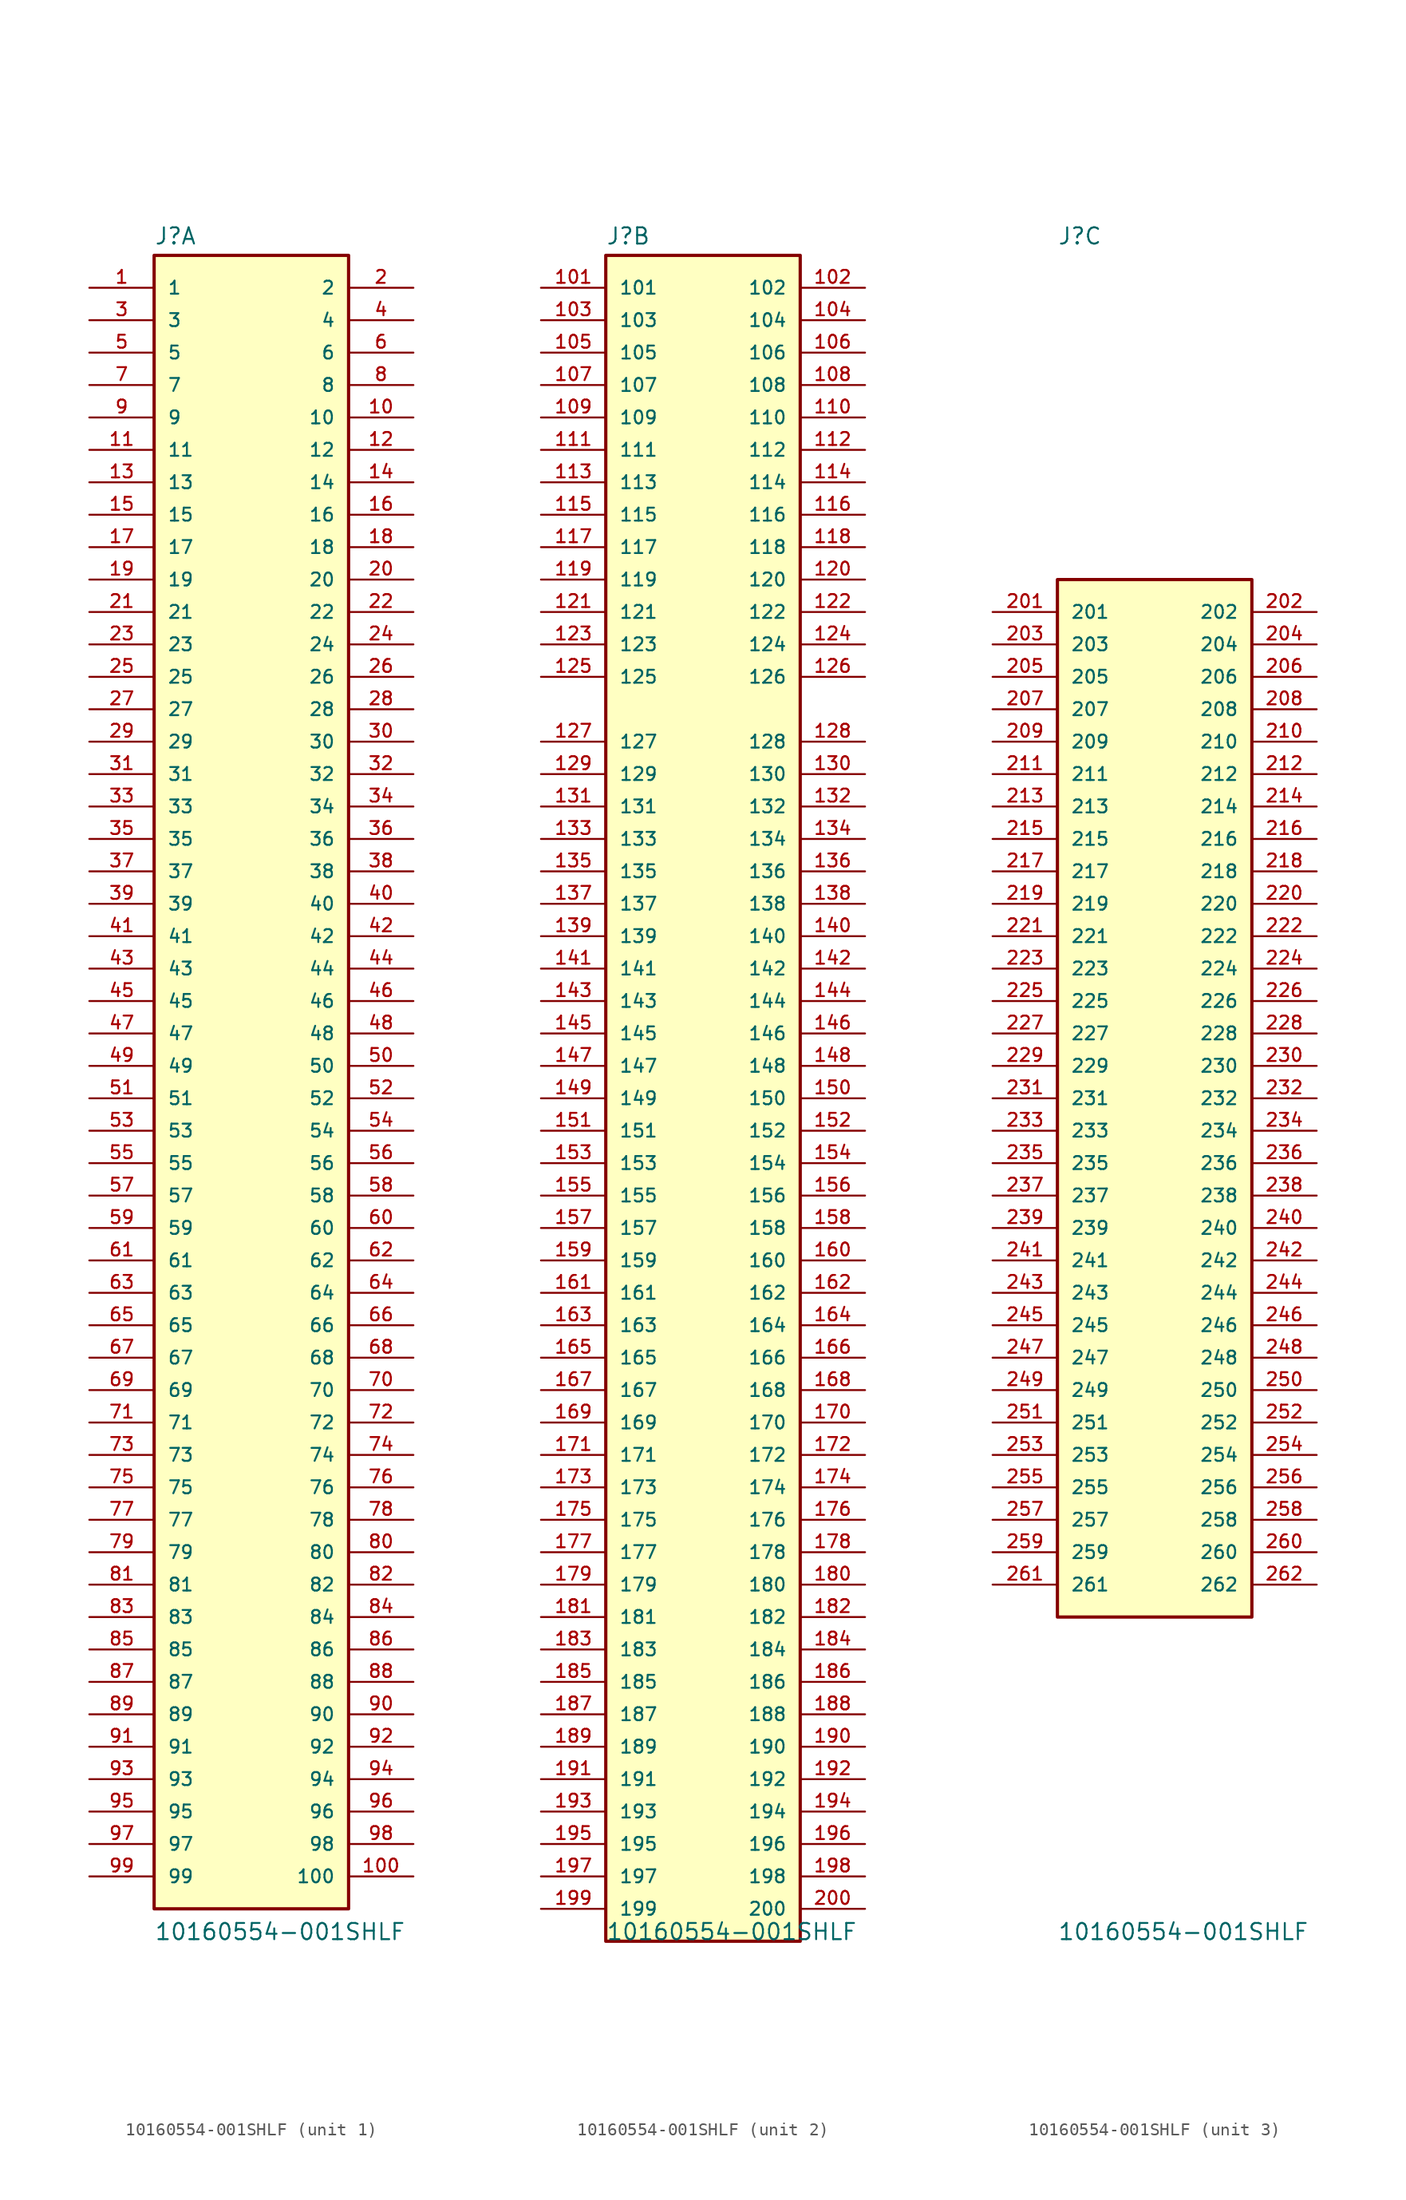
<source format=kicad_sym>
(kicad_symbol_lib
  (version 20211014)
  (generator kicad_symbol_editor)
  (symbol "10160554-001SHLF"
    (pin_names
      (offset 1.016))
    (property "Reference" "J"
      (at -7.62 66.802 0)
      (effects (font (size 1.27 1.27)) (justify bottom left)))
    (property "Value" "10160554-001SHLF"
      (at -7.62 -66.04 0)
      (effects (font (size 1.27 1.27)) (justify bottom left)))
    (symbol "10160554-001SHLF_1_0"
      (rectangle (start -7.62 -63.5) (end 7.62 66.04) (stroke (width 0.254)) (fill (type background)))
      (pin passive line (at -12.7 63.5 0) (length 5.08) (name "1" (effects (font (size 1.016 1.016)))) (number "1" (effects (font (size 1.016 1.016)))))
      (pin passive line (at 12.7 63.5 180.0) (length 5.08) (name "2" (effects (font (size 1.016 1.016)))) (number "2" (effects (font (size 1.016 1.016)))))
      (pin passive line (at -12.7 60.96 0) (length 5.08) (name "3" (effects (font (size 1.016 1.016)))) (number "3" (effects (font (size 1.016 1.016)))))
      (pin passive line (at 12.7 60.96 180.0) (length 5.08) (name "4" (effects (font (size 1.016 1.016)))) (number "4" (effects (font (size 1.016 1.016)))))
      (pin passive line (at -12.7 58.42 0) (length 5.08) (name "5" (effects (font (size 1.016 1.016)))) (number "5" (effects (font (size 1.016 1.016)))))
      (pin passive line (at 12.7 58.42 180.0) (length 5.08) (name "6" (effects (font (size 1.016 1.016)))) (number "6" (effects (font (size 1.016 1.016)))))
      (pin passive line (at -12.7 55.88 0) (length 5.08) (name "7" (effects (font (size 1.016 1.016)))) (number "7" (effects (font (size 1.016 1.016)))))
      (pin passive line (at 12.7 55.88 180.0) (length 5.08) (name "8" (effects (font (size 1.016 1.016)))) (number "8" (effects (font (size 1.016 1.016)))))
      (pin passive line (at -12.7 53.34 0) (length 5.08) (name "9" (effects (font (size 1.016 1.016)))) (number "9" (effects (font (size 1.016 1.016)))))
      (pin passive line (at 12.7 53.34 180.0) (length 5.08) (name "10" (effects (font (size 1.016 1.016)))) (number "10" (effects (font (size 1.016 1.016)))))
      (pin passive line (at -12.7 50.8 0) (length 5.08) (name "11" (effects (font (size 1.016 1.016)))) (number "11" (effects (font (size 1.016 1.016)))))
      (pin passive line (at 12.7 50.8 180.0) (length 5.08) (name "12" (effects (font (size 1.016 1.016)))) (number "12" (effects (font (size 1.016 1.016)))))
      (pin passive line (at -12.7 48.26 0) (length 5.08) (name "13" (effects (font (size 1.016 1.016)))) (number "13" (effects (font (size 1.016 1.016)))))
      (pin passive line (at 12.7 48.26 180.0) (length 5.08) (name "14" (effects (font (size 1.016 1.016)))) (number "14" (effects (font (size 1.016 1.016)))))
      (pin passive line (at -12.7 45.72 0) (length 5.08) (name "15" (effects (font (size 1.016 1.016)))) (number "15" (effects (font (size 1.016 1.016)))))
      (pin passive line (at 12.7 45.72 180.0) (length 5.08) (name "16" (effects (font (size 1.016 1.016)))) (number "16" (effects (font (size 1.016 1.016)))))
      (pin passive line (at -12.7 43.18 0) (length 5.08) (name "17" (effects (font (size 1.016 1.016)))) (number "17" (effects (font (size 1.016 1.016)))))
      (pin passive line (at 12.7 43.18 180.0) (length 5.08) (name "18" (effects (font (size 1.016 1.016)))) (number "18" (effects (font (size 1.016 1.016)))))
      (pin passive line (at -12.7 40.64 0) (length 5.08) (name "19" (effects (font (size 1.016 1.016)))) (number "19" (effects (font (size 1.016 1.016)))))
      (pin passive line (at 12.7 40.64 180.0) (length 5.08) (name "20" (effects (font (size 1.016 1.016)))) (number "20" (effects (font (size 1.016 1.016)))))
      (pin passive line (at -12.7 38.1 0) (length 5.08) (name "21" (effects (font (size 1.016 1.016)))) (number "21" (effects (font (size 1.016 1.016)))))
      (pin passive line (at 12.7 38.1 180.0) (length 5.08) (name "22" (effects (font (size 1.016 1.016)))) (number "22" (effects (font (size 1.016 1.016)))))
      (pin passive line (at -12.7 35.56 0) (length 5.08) (name "23" (effects (font (size 1.016 1.016)))) (number "23" (effects (font (size 1.016 1.016)))))
      (pin passive line (at 12.7 35.56 180.0) (length 5.08) (name "24" (effects (font (size 1.016 1.016)))) (number "24" (effects (font (size 1.016 1.016)))))
      (pin passive line (at -12.7 33.02 0) (length 5.08) (name "25" (effects (font (size 1.016 1.016)))) (number "25" (effects (font (size 1.016 1.016)))))
      (pin passive line (at 12.7 33.02 180.0) (length 5.08) (name "26" (effects (font (size 1.016 1.016)))) (number "26" (effects (font (size 1.016 1.016)))))
      (pin passive line (at -12.7 30.48 0) (length 5.08) (name "27" (effects (font (size 1.016 1.016)))) (number "27" (effects (font (size 1.016 1.016)))))
      (pin passive line (at 12.7 30.48 180.0) (length 5.08) (name "28" (effects (font (size 1.016 1.016)))) (number "28" (effects (font (size 1.016 1.016)))))
      (pin passive line (at -12.7 27.94 0) (length 5.08) (name "29" (effects (font (size 1.016 1.016)))) (number "29" (effects (font (size 1.016 1.016)))))
      (pin passive line (at 12.7 27.94 180.0) (length 5.08) (name "30" (effects (font (size 1.016 1.016)))) (number "30" (effects (font (size 1.016 1.016)))))
      (pin passive line (at -12.7 25.4 0) (length 5.08) (name "31" (effects (font (size 1.016 1.016)))) (number "31" (effects (font (size 1.016 1.016)))))
      (pin passive line (at 12.7 25.4 180.0) (length 5.08) (name "32" (effects (font (size 1.016 1.016)))) (number "32" (effects (font (size 1.016 1.016)))))
      (pin passive line (at -12.7 22.86 0) (length 5.08) (name "33" (effects (font (size 1.016 1.016)))) (number "33" (effects (font (size 1.016 1.016)))))
      (pin passive line (at 12.7 22.86 180.0) (length 5.08) (name "34" (effects (font (size 1.016 1.016)))) (number "34" (effects (font (size 1.016 1.016)))))
      (pin passive line (at -12.7 20.32 0) (length 5.08) (name "35" (effects (font (size 1.016 1.016)))) (number "35" (effects (font (size 1.016 1.016)))))
      (pin passive line (at 12.7 20.32 180.0) (length 5.08) (name "36" (effects (font (size 1.016 1.016)))) (number "36" (effects (font (size 1.016 1.016)))))
      (pin passive line (at -12.7 17.78 0) (length 5.08) (name "37" (effects (font (size 1.016 1.016)))) (number "37" (effects (font (size 1.016 1.016)))))
      (pin passive line (at 12.7 17.78 180.0) (length 5.08) (name "38" (effects (font (size 1.016 1.016)))) (number "38" (effects (font (size 1.016 1.016)))))
      (pin passive line (at -12.7 15.24 0) (length 5.08) (name "39" (effects (font (size 1.016 1.016)))) (number "39" (effects (font (size 1.016 1.016)))))
      (pin passive line (at 12.7 15.24 180.0) (length 5.08) (name "40" (effects (font (size 1.016 1.016)))) (number "40" (effects (font (size 1.016 1.016)))))
      (pin passive line (at -12.7 12.7 0) (length 5.08) (name "41" (effects (font (size 1.016 1.016)))) (number "41" (effects (font (size 1.016 1.016)))))
      (pin passive line (at 12.7 12.7 180.0) (length 5.08) (name "42" (effects (font (size 1.016 1.016)))) (number "42" (effects (font (size 1.016 1.016)))))
      (pin passive line (at -12.7 10.16 0) (length 5.08) (name "43" (effects (font (size 1.016 1.016)))) (number "43" (effects (font (size 1.016 1.016)))))
      (pin passive line (at 12.7 10.16 180.0) (length 5.08) (name "44" (effects (font (size 1.016 1.016)))) (number "44" (effects (font (size 1.016 1.016)))))
      (pin passive line (at -12.7 7.62 0) (length 5.08) (name "45" (effects (font (size 1.016 1.016)))) (number "45" (effects (font (size 1.016 1.016)))))
      (pin passive line (at 12.7 7.62 180.0) (length 5.08) (name "46" (effects (font (size 1.016 1.016)))) (number "46" (effects (font (size 1.016 1.016)))))
      (pin passive line (at -12.7 5.08 0) (length 5.08) (name "47" (effects (font (size 1.016 1.016)))) (number "47" (effects (font (size 1.016 1.016)))))
      (pin passive line (at 12.7 5.08 180.0) (length 5.08) (name "48" (effects (font (size 1.016 1.016)))) (number "48" (effects (font (size 1.016 1.016)))))
      (pin passive line (at -12.7 2.54 0) (length 5.08) (name "49" (effects (font (size 1.016 1.016)))) (number "49" (effects (font (size 1.016 1.016)))))
      (pin passive line (at 12.7 2.54 180.0) (length 5.08) (name "50" (effects (font (size 1.016 1.016)))) (number "50" (effects (font (size 1.016 1.016)))))
      (pin passive line (at -12.7 0.0 0) (length 5.08) (name "51" (effects (font (size 1.016 1.016)))) (number "51" (effects (font (size 1.016 1.016)))))
      (pin passive line (at 12.7 0.0 180.0) (length 5.08) (name "52" (effects (font (size 1.016 1.016)))) (number "52" (effects (font (size 1.016 1.016)))))
      (pin passive line (at -12.7 -2.54 0) (length 5.08) (name "53" (effects (font (size 1.016 1.016)))) (number "53" (effects (font (size 1.016 1.016)))))
      (pin passive line (at 12.7 -2.54 180.0) (length 5.08) (name "54" (effects (font (size 1.016 1.016)))) (number "54" (effects (font (size 1.016 1.016)))))
      (pin passive line (at -12.7 -5.08 0) (length 5.08) (name "55" (effects (font (size 1.016 1.016)))) (number "55" (effects (font (size 1.016 1.016)))))
      (pin passive line (at 12.7 -5.08 180.0) (length 5.08) (name "56" (effects (font (size 1.016 1.016)))) (number "56" (effects (font (size 1.016 1.016)))))
      (pin passive line (at -12.7 -7.62 0) (length 5.08) (name "57" (effects (font (size 1.016 1.016)))) (number "57" (effects (font (size 1.016 1.016)))))
      (pin passive line (at 12.7 -7.62 180.0) (length 5.08) (name "58" (effects (font (size 1.016 1.016)))) (number "58" (effects (font (size 1.016 1.016)))))
      (pin passive line (at -12.7 -10.16 0) (length 5.08) (name "59" (effects (font (size 1.016 1.016)))) (number "59" (effects (font (size 1.016 1.016)))))
      (pin passive line (at 12.7 -10.16 180.0) (length 5.08) (name "60" (effects (font (size 1.016 1.016)))) (number "60" (effects (font (size 1.016 1.016)))))
      (pin passive line (at -12.7 -12.7 0) (length 5.08) (name "61" (effects (font (size 1.016 1.016)))) (number "61" (effects (font (size 1.016 1.016)))))
      (pin passive line (at 12.7 -12.7 180.0) (length 5.08) (name "62" (effects (font (size 1.016 1.016)))) (number "62" (effects (font (size 1.016 1.016)))))
      (pin passive line (at -12.7 -15.24 0) (length 5.08) (name "63" (effects (font (size 1.016 1.016)))) (number "63" (effects (font (size 1.016 1.016)))))
      (pin passive line (at 12.7 -15.24 180.0) (length 5.08) (name "64" (effects (font (size 1.016 1.016)))) (number "64" (effects (font (size 1.016 1.016)))))
      (pin passive line (at -12.7 -17.78 0) (length 5.08) (name "65" (effects (font (size 1.016 1.016)))) (number "65" (effects (font (size 1.016 1.016)))))
      (pin passive line (at 12.7 -17.78 180.0) (length 5.08) (name "66" (effects (font (size 1.016 1.016)))) (number "66" (effects (font (size 1.016 1.016)))))
      (pin passive line (at -12.7 -20.32 0) (length 5.08) (name "67" (effects (font (size 1.016 1.016)))) (number "67" (effects (font (size 1.016 1.016)))))
      (pin passive line (at 12.7 -20.32 180.0) (length 5.08) (name "68" (effects (font (size 1.016 1.016)))) (number "68" (effects (font (size 1.016 1.016)))))
      (pin passive line (at -12.7 -22.86 0) (length 5.08) (name "69" (effects (font (size 1.016 1.016)))) (number "69" (effects (font (size 1.016 1.016)))))
      (pin passive line (at 12.7 -22.86 180.0) (length 5.08) (name "70" (effects (font (size 1.016 1.016)))) (number "70" (effects (font (size 1.016 1.016)))))
      (pin passive line (at -12.7 -25.4 0) (length 5.08) (name "71" (effects (font (size 1.016 1.016)))) (number "71" (effects (font (size 1.016 1.016)))))
      (pin passive line (at 12.7 -25.4 180.0) (length 5.08) (name "72" (effects (font (size 1.016 1.016)))) (number "72" (effects (font (size 1.016 1.016)))))
      (pin passive line (at -12.7 -27.94 0) (length 5.08) (name "73" (effects (font (size 1.016 1.016)))) (number "73" (effects (font (size 1.016 1.016)))))
      (pin passive line (at 12.7 -27.94 180.0) (length 5.08) (name "74" (effects (font (size 1.016 1.016)))) (number "74" (effects (font (size 1.016 1.016)))))
      (pin passive line (at -12.7 -30.48 0) (length 5.08) (name "75" (effects (font (size 1.016 1.016)))) (number "75" (effects (font (size 1.016 1.016)))))
      (pin passive line (at 12.7 -30.48 180.0) (length 5.08) (name "76" (effects (font (size 1.016 1.016)))) (number "76" (effects (font (size 1.016 1.016)))))
      (pin passive line (at -12.7 -33.02 0) (length 5.08) (name "77" (effects (font (size 1.016 1.016)))) (number "77" (effects (font (size 1.016 1.016)))))
      (pin passive line (at 12.7 -33.02 180.0) (length 5.08) (name "78" (effects (font (size 1.016 1.016)))) (number "78" (effects (font (size 1.016 1.016)))))
      (pin passive line (at -12.7 -35.56 0) (length 5.08) (name "79" (effects (font (size 1.016 1.016)))) (number "79" (effects (font (size 1.016 1.016)))))
      (pin passive line (at 12.7 -35.56 180.0) (length 5.08) (name "80" (effects (font (size 1.016 1.016)))) (number "80" (effects (font (size 1.016 1.016)))))
      (pin passive line (at -12.7 -38.1 0) (length 5.08) (name "81" (effects (font (size 1.016 1.016)))) (number "81" (effects (font (size 1.016 1.016)))))
      (pin passive line (at 12.7 -38.1 180.0) (length 5.08) (name "82" (effects (font (size 1.016 1.016)))) (number "82" (effects (font (size 1.016 1.016)))))
      (pin passive line (at -12.7 -40.64 0) (length 5.08) (name "83" (effects (font (size 1.016 1.016)))) (number "83" (effects (font (size 1.016 1.016)))))
      (pin passive line (at 12.7 -40.64 180.0) (length 5.08) (name "84" (effects (font (size 1.016 1.016)))) (number "84" (effects (font (size 1.016 1.016)))))
      (pin passive line (at -12.7 -43.18 0) (length 5.08) (name "85" (effects (font (size 1.016 1.016)))) (number "85" (effects (font (size 1.016 1.016)))))
      (pin passive line (at 12.7 -43.18 180.0) (length 5.08) (name "86" (effects (font (size 1.016 1.016)))) (number "86" (effects (font (size 1.016 1.016)))))
      (pin passive line (at -12.7 -45.72 0) (length 5.08) (name "87" (effects (font (size 1.016 1.016)))) (number "87" (effects (font (size 1.016 1.016)))))
      (pin passive line (at 12.7 -45.72 180.0) (length 5.08) (name "88" (effects (font (size 1.016 1.016)))) (number "88" (effects (font (size 1.016 1.016)))))
      (pin passive line (at -12.7 -48.26 0) (length 5.08) (name "89" (effects (font (size 1.016 1.016)))) (number "89" (effects (font (size 1.016 1.016)))))
      (pin passive line (at 12.7 -48.26 180.0) (length 5.08) (name "90" (effects (font (size 1.016 1.016)))) (number "90" (effects (font (size 1.016 1.016)))))
      (pin passive line (at -12.7 -50.8 0) (length 5.08) (name "91" (effects (font (size 1.016 1.016)))) (number "91" (effects (font (size 1.016 1.016)))))
      (pin passive line (at 12.7 -50.8 180.0) (length 5.08) (name "92" (effects (font (size 1.016 1.016)))) (number "92" (effects (font (size 1.016 1.016)))))
      (pin passive line (at -12.7 -53.34 0) (length 5.08) (name "93" (effects (font (size 1.016 1.016)))) (number "93" (effects (font (size 1.016 1.016)))))
      (pin passive line (at 12.7 -53.34 180.0) (length 5.08) (name "94" (effects (font (size 1.016 1.016)))) (number "94" (effects (font (size 1.016 1.016)))))
      (pin passive line (at -12.7 -55.88 0) (length 5.08) (name "95" (effects (font (size 1.016 1.016)))) (number "95" (effects (font (size 1.016 1.016)))))
      (pin passive line (at 12.7 -55.88 180.0) (length 5.08) (name "96" (effects (font (size 1.016 1.016)))) (number "96" (effects (font (size 1.016 1.016)))))
      (pin passive line (at -12.7 -58.42 0) (length 5.08) (name "97" (effects (font (size 1.016 1.016)))) (number "97" (effects (font (size 1.016 1.016)))))
      (pin passive line (at 12.7 -58.42 180.0) (length 5.08) (name "98" (effects (font (size 1.016 1.016)))) (number "98" (effects (font (size 1.016 1.016)))))
      (pin passive line (at -12.7 -60.96 0) (length 5.08) (name "99" (effects (font (size 1.016 1.016)))) (number "99" (effects (font (size 1.016 1.016)))))
      (pin passive line (at 12.7 -60.96 180.0) (length 5.08) (name "100" (effects (font (size 1.016 1.016)))) (number "100" (effects (font (size 1.016 1.016))))))
    (symbol "10160554-001SHLF_2_0"
      (rectangle (start -7.62 -66.04) (end 7.62 66.04) (stroke (width 0.254)) (fill (type background)))
      (pin passive line (at -12.7 63.5 0) (length 5.08) (name "101" (effects (font (size 1.016 1.016)))) (number "101" (effects (font (size 1.016 1.016)))))
      (pin passive line (at 12.7 63.5 180.0) (length 5.08) (name "102" (effects (font (size 1.016 1.016)))) (number "102" (effects (font (size 1.016 1.016)))))
      (pin passive line (at -12.7 60.96 0) (length 5.08) (name "103" (effects (font (size 1.016 1.016)))) (number "103" (effects (font (size 1.016 1.016)))))
      (pin passive line (at 12.7 60.96 180.0) (length 5.08) (name "104" (effects (font (size 1.016 1.016)))) (number "104" (effects (font (size 1.016 1.016)))))
      (pin passive line (at -12.7 58.42 0) (length 5.08) (name "105" (effects (font (size 1.016 1.016)))) (number "105" (effects (font (size 1.016 1.016)))))
      (pin passive line (at 12.7 58.42 180.0) (length 5.08) (name "106" (effects (font (size 1.016 1.016)))) (number "106" (effects (font (size 1.016 1.016)))))
      (pin passive line (at -12.7 55.88 0) (length 5.08) (name "107" (effects (font (size 1.016 1.016)))) (number "107" (effects (font (size 1.016 1.016)))))
      (pin passive line (at 12.7 55.88 180.0) (length 5.08) (name "108" (effects (font (size 1.016 1.016)))) (number "108" (effects (font (size 1.016 1.016)))))
      (pin passive line (at -12.7 53.34 0) (length 5.08) (name "109" (effects (font (size 1.016 1.016)))) (number "109" (effects (font (size 1.016 1.016)))))
      (pin passive line (at 12.7 53.34 180.0) (length 5.08) (name "110" (effects (font (size 1.016 1.016)))) (number "110" (effects (font (size 1.016 1.016)))))
      (pin passive line (at -12.7 50.8 0) (length 5.08) (name "111" (effects (font (size 1.016 1.016)))) (number "111" (effects (font (size 1.016 1.016)))))
      (pin passive line (at 12.7 50.8 180.0) (length 5.08) (name "112" (effects (font (size 1.016 1.016)))) (number "112" (effects (font (size 1.016 1.016)))))
      (pin passive line (at -12.7 48.26 0) (length 5.08) (name "113" (effects (font (size 1.016 1.016)))) (number "113" (effects (font (size 1.016 1.016)))))
      (pin passive line (at 12.7 48.26 180.0) (length 5.08) (name "114" (effects (font (size 1.016 1.016)))) (number "114" (effects (font (size 1.016 1.016)))))
      (pin passive line (at -12.7 45.72 0) (length 5.08) (name "115" (effects (font (size 1.016 1.016)))) (number "115" (effects (font (size 1.016 1.016)))))
      (pin passive line (at 12.7 45.72 180.0) (length 5.08) (name "116" (effects (font (size 1.016 1.016)))) (number "116" (effects (font (size 1.016 1.016)))))
      (pin passive line (at -12.7 43.18 0) (length 5.08) (name "117" (effects (font (size 1.016 1.016)))) (number "117" (effects (font (size 1.016 1.016)))))
      (pin passive line (at 12.7 43.18 180.0) (length 5.08) (name "118" (effects (font (size 1.016 1.016)))) (number "118" (effects (font (size 1.016 1.016)))))
      (pin passive line (at -12.7 40.64 0) (length 5.08) (name "119" (effects (font (size 1.016 1.016)))) (number "119" (effects (font (size 1.016 1.016)))))
      (pin passive line (at 12.7 40.64 180.0) (length 5.08) (name "120" (effects (font (size 1.016 1.016)))) (number "120" (effects (font (size 1.016 1.016)))))
      (pin passive line (at -12.7 38.1 0) (length 5.08) (name "121" (effects (font (size 1.016 1.016)))) (number "121" (effects (font (size 1.016 1.016)))))
      (pin passive line (at 12.7 38.1 180.0) (length 5.08) (name "122" (effects (font (size 1.016 1.016)))) (number "122" (effects (font (size 1.016 1.016)))))
      (pin passive line (at -12.7 35.56 0) (length 5.08) (name "123" (effects (font (size 1.016 1.016)))) (number "123" (effects (font (size 1.016 1.016)))))
      (pin passive line (at 12.7 35.56 180.0) (length 5.08) (name "124" (effects (font (size 1.016 1.016)))) (number "124" (effects (font (size 1.016 1.016)))))
      (pin passive line (at -12.7 33.02 0) (length 5.08) (name "125" (effects (font (size 1.016 1.016)))) (number "125" (effects (font (size 1.016 1.016)))))
      (pin passive line (at 12.7 33.02 180.0) (length 5.08) (name "126" (effects (font (size 1.016 1.016)))) (number "126" (effects (font (size 1.016 1.016)))))
      (pin passive line (at -12.7 27.94 0) (length 5.08) (name "127" (effects (font (size 1.016 1.016)))) (number "127" (effects (font (size 1.016 1.016)))))
      (pin passive line (at 12.7 27.94 180.0) (length 5.08) (name "128" (effects (font (size 1.016 1.016)))) (number "128" (effects (font (size 1.016 1.016)))))
      (pin passive line (at -12.7 25.4 0) (length 5.08) (name "129" (effects (font (size 1.016 1.016)))) (number "129" (effects (font (size 1.016 1.016)))))
      (pin passive line (at 12.7 25.4 180.0) (length 5.08) (name "130" (effects (font (size 1.016 1.016)))) (number "130" (effects (font (size 1.016 1.016)))))
      (pin passive line (at -12.7 22.86 0) (length 5.08) (name "131" (effects (font (size 1.016 1.016)))) (number "131" (effects (font (size 1.016 1.016)))))
      (pin passive line (at 12.7 22.86 180.0) (length 5.08) (name "132" (effects (font (size 1.016 1.016)))) (number "132" (effects (font (size 1.016 1.016)))))
      (pin passive line (at -12.7 20.32 0) (length 5.08) (name "133" (effects (font (size 1.016 1.016)))) (number "133" (effects (font (size 1.016 1.016)))))
      (pin passive line (at 12.7 20.32 180.0) (length 5.08) (name "134" (effects (font (size 1.016 1.016)))) (number "134" (effects (font (size 1.016 1.016)))))
      (pin passive line (at -12.7 17.78 0) (length 5.08) (name "135" (effects (font (size 1.016 1.016)))) (number "135" (effects (font (size 1.016 1.016)))))
      (pin passive line (at 12.7 17.78 180.0) (length 5.08) (name "136" (effects (font (size 1.016 1.016)))) (number "136" (effects (font (size 1.016 1.016)))))
      (pin passive line (at -12.7 15.24 0) (length 5.08) (name "137" (effects (font (size 1.016 1.016)))) (number "137" (effects (font (size 1.016 1.016)))))
      (pin passive line (at 12.7 15.24 180.0) (length 5.08) (name "138" (effects (font (size 1.016 1.016)))) (number "138" (effects (font (size 1.016 1.016)))))
      (pin passive line (at -12.7 12.7 0) (length 5.08) (name "139" (effects (font (size 1.016 1.016)))) (number "139" (effects (font (size 1.016 1.016)))))
      (pin passive line (at 12.7 12.7 180.0) (length 5.08) (name "140" (effects (font (size 1.016 1.016)))) (number "140" (effects (font (size 1.016 1.016)))))
      (pin passive line (at -12.7 10.16 0) (length 5.08) (name "141" (effects (font (size 1.016 1.016)))) (number "141" (effects (font (size 1.016 1.016)))))
      (pin passive line (at 12.7 10.16 180.0) (length 5.08) (name "142" (effects (font (size 1.016 1.016)))) (number "142" (effects (font (size 1.016 1.016)))))
      (pin passive line (at -12.7 7.62 0) (length 5.08) (name "143" (effects (font (size 1.016 1.016)))) (number "143" (effects (font (size 1.016 1.016)))))
      (pin passive line (at 12.7 7.62 180.0) (length 5.08) (name "144" (effects (font (size 1.016 1.016)))) (number "144" (effects (font (size 1.016 1.016)))))
      (pin passive line (at -12.7 5.08 0) (length 5.08) (name "145" (effects (font (size 1.016 1.016)))) (number "145" (effects (font (size 1.016 1.016)))))
      (pin passive line (at 12.7 5.08 180.0) (length 5.08) (name "146" (effects (font (size 1.016 1.016)))) (number "146" (effects (font (size 1.016 1.016)))))
      (pin passive line (at -12.7 2.54 0) (length 5.08) (name "147" (effects (font (size 1.016 1.016)))) (number "147" (effects (font (size 1.016 1.016)))))
      (pin passive line (at 12.7 2.54 180.0) (length 5.08) (name "148" (effects (font (size 1.016 1.016)))) (number "148" (effects (font (size 1.016 1.016)))))
      (pin passive line (at -12.7 0.0 0) (length 5.08) (name "149" (effects (font (size 1.016 1.016)))) (number "149" (effects (font (size 1.016 1.016)))))
      (pin passive line (at 12.7 0.0 180.0) (length 5.08) (name "150" (effects (font (size 1.016 1.016)))) (number "150" (effects (font (size 1.016 1.016)))))
      (pin passive line (at -12.7 -2.54 0) (length 5.08) (name "151" (effects (font (size 1.016 1.016)))) (number "151" (effects (font (size 1.016 1.016)))))
      (pin passive line (at 12.7 -2.54 180.0) (length 5.08) (name "152" (effects (font (size 1.016 1.016)))) (number "152" (effects (font (size 1.016 1.016)))))
      (pin passive line (at -12.7 -5.08 0) (length 5.08) (name "153" (effects (font (size 1.016 1.016)))) (number "153" (effects (font (size 1.016 1.016)))))
      (pin passive line (at 12.7 -5.08 180.0) (length 5.08) (name "154" (effects (font (size 1.016 1.016)))) (number "154" (effects (font (size 1.016 1.016)))))
      (pin passive line (at -12.7 -7.62 0) (length 5.08) (name "155" (effects (font (size 1.016 1.016)))) (number "155" (effects (font (size 1.016 1.016)))))
      (pin passive line (at 12.7 -7.62 180.0) (length 5.08) (name "156" (effects (font (size 1.016 1.016)))) (number "156" (effects (font (size 1.016 1.016)))))
      (pin passive line (at -12.7 -10.16 0) (length 5.08) (name "157" (effects (font (size 1.016 1.016)))) (number "157" (effects (font (size 1.016 1.016)))))
      (pin passive line (at 12.7 -10.16 180.0) (length 5.08) (name "158" (effects (font (size 1.016 1.016)))) (number "158" (effects (font (size 1.016 1.016)))))
      (pin passive line (at -12.7 -12.7 0) (length 5.08) (name "159" (effects (font (size 1.016 1.016)))) (number "159" (effects (font (size 1.016 1.016)))))
      (pin passive line (at 12.7 -12.7 180.0) (length 5.08) (name "160" (effects (font (size 1.016 1.016)))) (number "160" (effects (font (size 1.016 1.016)))))
      (pin passive line (at -12.7 -15.24 0) (length 5.08) (name "161" (effects (font (size 1.016 1.016)))) (number "161" (effects (font (size 1.016 1.016)))))
      (pin passive line (at 12.7 -15.24 180.0) (length 5.08) (name "162" (effects (font (size 1.016 1.016)))) (number "162" (effects (font (size 1.016 1.016)))))
      (pin passive line (at -12.7 -17.78 0) (length 5.08) (name "163" (effects (font (size 1.016 1.016)))) (number "163" (effects (font (size 1.016 1.016)))))
      (pin passive line (at 12.7 -17.78 180.0) (length 5.08) (name "164" (effects (font (size 1.016 1.016)))) (number "164" (effects (font (size 1.016 1.016)))))
      (pin passive line (at -12.7 -20.32 0) (length 5.08) (name "165" (effects (font (size 1.016 1.016)))) (number "165" (effects (font (size 1.016 1.016)))))
      (pin passive line (at 12.7 -20.32 180.0) (length 5.08) (name "166" (effects (font (size 1.016 1.016)))) (number "166" (effects (font (size 1.016 1.016)))))
      (pin passive line (at -12.7 -22.86 0) (length 5.08) (name "167" (effects (font (size 1.016 1.016)))) (number "167" (effects (font (size 1.016 1.016)))))
      (pin passive line (at 12.7 -22.86 180.0) (length 5.08) (name "168" (effects (font (size 1.016 1.016)))) (number "168" (effects (font (size 1.016 1.016)))))
      (pin passive line (at -12.7 -25.4 0) (length 5.08) (name "169" (effects (font (size 1.016 1.016)))) (number "169" (effects (font (size 1.016 1.016)))))
      (pin passive line (at 12.7 -25.4 180.0) (length 5.08) (name "170" (effects (font (size 1.016 1.016)))) (number "170" (effects (font (size 1.016 1.016)))))
      (pin passive line (at -12.7 -27.94 0) (length 5.08) (name "171" (effects (font (size 1.016 1.016)))) (number "171" (effects (font (size 1.016 1.016)))))
      (pin passive line (at 12.7 -27.94 180.0) (length 5.08) (name "172" (effects (font (size 1.016 1.016)))) (number "172" (effects (font (size 1.016 1.016)))))
      (pin passive line (at -12.7 -30.48 0) (length 5.08) (name "173" (effects (font (size 1.016 1.016)))) (number "173" (effects (font (size 1.016 1.016)))))
      (pin passive line (at 12.7 -30.48 180.0) (length 5.08) (name "174" (effects (font (size 1.016 1.016)))) (number "174" (effects (font (size 1.016 1.016)))))
      (pin passive line (at -12.7 -33.02 0) (length 5.08) (name "175" (effects (font (size 1.016 1.016)))) (number "175" (effects (font (size 1.016 1.016)))))
      (pin passive line (at 12.7 -33.02 180.0) (length 5.08) (name "176" (effects (font (size 1.016 1.016)))) (number "176" (effects (font (size 1.016 1.016)))))
      (pin passive line (at -12.7 -35.56 0) (length 5.08) (name "177" (effects (font (size 1.016 1.016)))) (number "177" (effects (font (size 1.016 1.016)))))
      (pin passive line (at 12.7 -35.56 180.0) (length 5.08) (name "178" (effects (font (size 1.016 1.016)))) (number "178" (effects (font (size 1.016 1.016)))))
      (pin passive line (at -12.7 -38.1 0) (length 5.08) (name "179" (effects (font (size 1.016 1.016)))) (number "179" (effects (font (size 1.016 1.016)))))
      (pin passive line (at 12.7 -38.1 180.0) (length 5.08) (name "180" (effects (font (size 1.016 1.016)))) (number "180" (effects (font (size 1.016 1.016)))))
      (pin passive line (at -12.7 -40.64 0) (length 5.08) (name "181" (effects (font (size 1.016 1.016)))) (number "181" (effects (font (size 1.016 1.016)))))
      (pin passive line (at 12.7 -40.64 180.0) (length 5.08) (name "182" (effects (font (size 1.016 1.016)))) (number "182" (effects (font (size 1.016 1.016)))))
      (pin passive line (at -12.7 -43.18 0) (length 5.08) (name "183" (effects (font (size 1.016 1.016)))) (number "183" (effects (font (size 1.016 1.016)))))
      (pin passive line (at 12.7 -43.18 180.0) (length 5.08) (name "184" (effects (font (size 1.016 1.016)))) (number "184" (effects (font (size 1.016 1.016)))))
      (pin passive line (at -12.7 -45.72 0) (length 5.08) (name "185" (effects (font (size 1.016 1.016)))) (number "185" (effects (font (size 1.016 1.016)))))
      (pin passive line (at 12.7 -45.72 180.0) (length 5.08) (name "186" (effects (font (size 1.016 1.016)))) (number "186" (effects (font (size 1.016 1.016)))))
      (pin passive line (at -12.7 -48.26 0) (length 5.08) (name "187" (effects (font (size 1.016 1.016)))) (number "187" (effects (font (size 1.016 1.016)))))
      (pin passive line (at 12.7 -48.26 180.0) (length 5.08) (name "188" (effects (font (size 1.016 1.016)))) (number "188" (effects (font (size 1.016 1.016)))))
      (pin passive line (at -12.7 -50.8 0) (length 5.08) (name "189" (effects (font (size 1.016 1.016)))) (number "189" (effects (font (size 1.016 1.016)))))
      (pin passive line (at 12.7 -50.8 180.0) (length 5.08) (name "190" (effects (font (size 1.016 1.016)))) (number "190" (effects (font (size 1.016 1.016)))))
      (pin passive line (at -12.7 -53.34 0) (length 5.08) (name "191" (effects (font (size 1.016 1.016)))) (number "191" (effects (font (size 1.016 1.016)))))
      (pin passive line (at 12.7 -53.34 180.0) (length 5.08) (name "192" (effects (font (size 1.016 1.016)))) (number "192" (effects (font (size 1.016 1.016)))))
      (pin passive line (at -12.7 -55.88 0) (length 5.08) (name "193" (effects (font (size 1.016 1.016)))) (number "193" (effects (font (size 1.016 1.016)))))
      (pin passive line (at 12.7 -55.88 180.0) (length 5.08) (name "194" (effects (font (size 1.016 1.016)))) (number "194" (effects (font (size 1.016 1.016)))))
      (pin passive line (at -12.7 -58.42 0) (length 5.08) (name "195" (effects (font (size 1.016 1.016)))) (number "195" (effects (font (size 1.016 1.016)))))
      (pin passive line (at 12.7 -58.42 180.0) (length 5.08) (name "196" (effects (font (size 1.016 1.016)))) (number "196" (effects (font (size 1.016 1.016)))))
      (pin passive line (at -12.7 -60.96 0) (length 5.08) (name "197" (effects (font (size 1.016 1.016)))) (number "197" (effects (font (size 1.016 1.016)))))
      (pin passive line (at 12.7 -60.96 180.0) (length 5.08) (name "198" (effects (font (size 1.016 1.016)))) (number "198" (effects (font (size 1.016 1.016)))))
      (pin passive line (at -12.7 -63.5 0) (length 5.08) (name "199" (effects (font (size 1.016 1.016)))) (number "199" (effects (font (size 1.016 1.016)))))
      (pin passive line (at 12.7 -63.5 180.0) (length 5.08) (name "200" (effects (font (size 1.016 1.016)))) (number "200" (effects (font (size 1.016 1.016))))))
    (symbol "10160554-001SHLF_3_0"
      (rectangle (start -7.62 -40.64) (end 7.62 40.64) (stroke (width 0.254)) (fill (type background)))
      (pin passive line (at -12.7 38.1 0) (length 5.08) (name "201" (effects (font (size 1.016 1.016)))) (number "201" (effects (font (size 1.016 1.016)))))
      (pin passive line (at 12.7 38.1 180.0) (length 5.08) (name "202" (effects (font (size 1.016 1.016)))) (number "202" (effects (font (size 1.016 1.016)))))
      (pin passive line (at -12.7 35.56 0) (length 5.08) (name "203" (effects (font (size 1.016 1.016)))) (number "203" (effects (font (size 1.016 1.016)))))
      (pin passive line (at 12.7 35.56 180.0) (length 5.08) (name "204" (effects (font (size 1.016 1.016)))) (number "204" (effects (font (size 1.016 1.016)))))
      (pin passive line (at -12.7 33.02 0) (length 5.08) (name "205" (effects (font (size 1.016 1.016)))) (number "205" (effects (font (size 1.016 1.016)))))
      (pin passive line (at 12.7 33.02 180.0) (length 5.08) (name "206" (effects (font (size 1.016 1.016)))) (number "206" (effects (font (size 1.016 1.016)))))
      (pin passive line (at -12.7 30.48 0) (length 5.08) (name "207" (effects (font (size 1.016 1.016)))) (number "207" (effects (font (size 1.016 1.016)))))
      (pin passive line (at 12.7 30.48 180.0) (length 5.08) (name "208" (effects (font (size 1.016 1.016)))) (number "208" (effects (font (size 1.016 1.016)))))
      (pin passive line (at -12.7 27.94 0) (length 5.08) (name "209" (effects (font (size 1.016 1.016)))) (number "209" (effects (font (size 1.016 1.016)))))
      (pin passive line (at 12.7 27.94 180.0) (length 5.08) (name "210" (effects (font (size 1.016 1.016)))) (number "210" (effects (font (size 1.016 1.016)))))
      (pin passive line (at -12.7 25.4 0) (length 5.08) (name "211" (effects (font (size 1.016 1.016)))) (number "211" (effects (font (size 1.016 1.016)))))
      (pin passive line (at 12.7 25.4 180.0) (length 5.08) (name "212" (effects (font (size 1.016 1.016)))) (number "212" (effects (font (size 1.016 1.016)))))
      (pin passive line (at -12.7 22.86 0) (length 5.08) (name "213" (effects (font (size 1.016 1.016)))) (number "213" (effects (font (size 1.016 1.016)))))
      (pin passive line (at 12.7 22.86 180.0) (length 5.08) (name "214" (effects (font (size 1.016 1.016)))) (number "214" (effects (font (size 1.016 1.016)))))
      (pin passive line (at -12.7 20.32 0) (length 5.08) (name "215" (effects (font (size 1.016 1.016)))) (number "215" (effects (font (size 1.016 1.016)))))
      (pin passive line (at 12.7 20.32 180.0) (length 5.08) (name "216" (effects (font (size 1.016 1.016)))) (number "216" (effects (font (size 1.016 1.016)))))
      (pin passive line (at -12.7 17.78 0) (length 5.08) (name "217" (effects (font (size 1.016 1.016)))) (number "217" (effects (font (size 1.016 1.016)))))
      (pin passive line (at 12.7 17.78 180.0) (length 5.08) (name "218" (effects (font (size 1.016 1.016)))) (number "218" (effects (font (size 1.016 1.016)))))
      (pin passive line (at -12.7 15.24 0) (length 5.08) (name "219" (effects (font (size 1.016 1.016)))) (number "219" (effects (font (size 1.016 1.016)))))
      (pin passive line (at 12.7 15.24 180.0) (length 5.08) (name "220" (effects (font (size 1.016 1.016)))) (number "220" (effects (font (size 1.016 1.016)))))
      (pin passive line (at -12.7 12.7 0) (length 5.08) (name "221" (effects (font (size 1.016 1.016)))) (number "221" (effects (font (size 1.016 1.016)))))
      (pin passive line (at 12.7 12.7 180.0) (length 5.08) (name "222" (effects (font (size 1.016 1.016)))) (number "222" (effects (font (size 1.016 1.016)))))
      (pin passive line (at -12.7 10.16 0) (length 5.08) (name "223" (effects (font (size 1.016 1.016)))) (number "223" (effects (font (size 1.016 1.016)))))
      (pin passive line (at 12.7 10.16 180.0) (length 5.08) (name "224" (effects (font (size 1.016 1.016)))) (number "224" (effects (font (size 1.016 1.016)))))
      (pin passive line (at -12.7 7.62 0) (length 5.08) (name "225" (effects (font (size 1.016 1.016)))) (number "225" (effects (font (size 1.016 1.016)))))
      (pin passive line (at 12.7 7.62 180.0) (length 5.08) (name "226" (effects (font (size 1.016 1.016)))) (number "226" (effects (font (size 1.016 1.016)))))
      (pin passive line (at -12.7 5.08 0) (length 5.08) (name "227" (effects (font (size 1.016 1.016)))) (number "227" (effects (font (size 1.016 1.016)))))
      (pin passive line (at 12.7 5.08 180.0) (length 5.08) (name "228" (effects (font (size 1.016 1.016)))) (number "228" (effects (font (size 1.016 1.016)))))
      (pin passive line (at -12.7 2.54 0) (length 5.08) (name "229" (effects (font (size 1.016 1.016)))) (number "229" (effects (font (size 1.016 1.016)))))
      (pin passive line (at 12.7 2.54 180.0) (length 5.08) (name "230" (effects (font (size 1.016 1.016)))) (number "230" (effects (font (size 1.016 1.016)))))
      (pin passive line (at -12.7 0.0 0) (length 5.08) (name "231" (effects (font (size 1.016 1.016)))) (number "231" (effects (font (size 1.016 1.016)))))
      (pin passive line (at 12.7 0.0 180.0) (length 5.08) (name "232" (effects (font (size 1.016 1.016)))) (number "232" (effects (font (size 1.016 1.016)))))
      (pin passive line (at -12.7 -2.54 0) (length 5.08) (name "233" (effects (font (size 1.016 1.016)))) (number "233" (effects (font (size 1.016 1.016)))))
      (pin passive line (at 12.7 -2.54 180.0) (length 5.08) (name "234" (effects (font (size 1.016 1.016)))) (number "234" (effects (font (size 1.016 1.016)))))
      (pin passive line (at -12.7 -5.08 0) (length 5.08) (name "235" (effects (font (size 1.016 1.016)))) (number "235" (effects (font (size 1.016 1.016)))))
      (pin passive line (at 12.7 -5.08 180.0) (length 5.08) (name "236" (effects (font (size 1.016 1.016)))) (number "236" (effects (font (size 1.016 1.016)))))
      (pin passive line (at -12.7 -7.62 0) (length 5.08) (name "237" (effects (font (size 1.016 1.016)))) (number "237" (effects (font (size 1.016 1.016)))))
      (pin passive line (at 12.7 -7.62 180.0) (length 5.08) (name "238" (effects (font (size 1.016 1.016)))) (number "238" (effects (font (size 1.016 1.016)))))
      (pin passive line (at -12.7 -10.16 0) (length 5.08) (name "239" (effects (font (size 1.016 1.016)))) (number "239" (effects (font (size 1.016 1.016)))))
      (pin passive line (at 12.7 -10.16 180.0) (length 5.08) (name "240" (effects (font (size 1.016 1.016)))) (number "240" (effects (font (size 1.016 1.016)))))
      (pin passive line (at -12.7 -12.7 0) (length 5.08) (name "241" (effects (font (size 1.016 1.016)))) (number "241" (effects (font (size 1.016 1.016)))))
      (pin passive line (at 12.7 -12.7 180.0) (length 5.08) (name "242" (effects (font (size 1.016 1.016)))) (number "242" (effects (font (size 1.016 1.016)))))
      (pin passive line (at -12.7 -15.24 0) (length 5.08) (name "243" (effects (font (size 1.016 1.016)))) (number "243" (effects (font (size 1.016 1.016)))))
      (pin passive line (at 12.7 -15.24 180.0) (length 5.08) (name "244" (effects (font (size 1.016 1.016)))) (number "244" (effects (font (size 1.016 1.016)))))
      (pin passive line (at -12.7 -17.78 0) (length 5.08) (name "245" (effects (font (size 1.016 1.016)))) (number "245" (effects (font (size 1.016 1.016)))))
      (pin passive line (at 12.7 -17.78 180.0) (length 5.08) (name "246" (effects (font (size 1.016 1.016)))) (number "246" (effects (font (size 1.016 1.016)))))
      (pin passive line (at -12.7 -20.32 0) (length 5.08) (name "247" (effects (font (size 1.016 1.016)))) (number "247" (effects (font (size 1.016 1.016)))))
      (pin passive line (at 12.7 -20.32 180.0) (length 5.08) (name "248" (effects (font (size 1.016 1.016)))) (number "248" (effects (font (size 1.016 1.016)))))
      (pin passive line (at -12.7 -22.86 0) (length 5.08) (name "249" (effects (font (size 1.016 1.016)))) (number "249" (effects (font (size 1.016 1.016)))))
      (pin passive line (at 12.7 -22.86 180.0) (length 5.08) (name "250" (effects (font (size 1.016 1.016)))) (number "250" (effects (font (size 1.016 1.016)))))
      (pin passive line (at -12.7 -25.4 0) (length 5.08) (name "251" (effects (font (size 1.016 1.016)))) (number "251" (effects (font (size 1.016 1.016)))))
      (pin passive line (at 12.7 -25.4 180.0) (length 5.08) (name "252" (effects (font (size 1.016 1.016)))) (number "252" (effects (font (size 1.016 1.016)))))
      (pin passive line (at -12.7 -27.94 0) (length 5.08) (name "253" (effects (font (size 1.016 1.016)))) (number "253" (effects (font (size 1.016 1.016)))))
      (pin passive line (at 12.7 -27.94 180.0) (length 5.08) (name "254" (effects (font (size 1.016 1.016)))) (number "254" (effects (font (size 1.016 1.016)))))
      (pin passive line (at -12.7 -30.48 0) (length 5.08) (name "255" (effects (font (size 1.016 1.016)))) (number "255" (effects (font (size 1.016 1.016)))))
      (pin passive line (at 12.7 -30.48 180.0) (length 5.08) (name "256" (effects (font (size 1.016 1.016)))) (number "256" (effects (font (size 1.016 1.016)))))
      (pin passive line (at -12.7 -33.02 0) (length 5.08) (name "257" (effects (font (size 1.016 1.016)))) (number "257" (effects (font (size 1.016 1.016)))))
      (pin passive line (at 12.7 -33.02 180.0) (length 5.08) (name "258" (effects (font (size 1.016 1.016)))) (number "258" (effects (font (size 1.016 1.016)))))
      (pin passive line (at -12.7 -35.56 0) (length 5.08) (name "259" (effects (font (size 1.016 1.016)))) (number "259" (effects (font (size 1.016 1.016)))))
      (pin passive line (at 12.7 -35.56 180.0) (length 5.08) (name "260" (effects (font (size 1.016 1.016)))) (number "260" (effects (font (size 1.016 1.016)))))
      (pin passive line (at -12.7 -38.1 0) (length 5.08) (name "261" (effects (font (size 1.016 1.016)))) (number "261" (effects (font (size 1.016 1.016)))))
      (pin passive line (at 12.7 -38.1 180.0) (length 5.08) (name "262" (effects (font (size 1.016 1.016)))) (number "262" (effects (font (size 1.016 1.016))))))))
</source>
